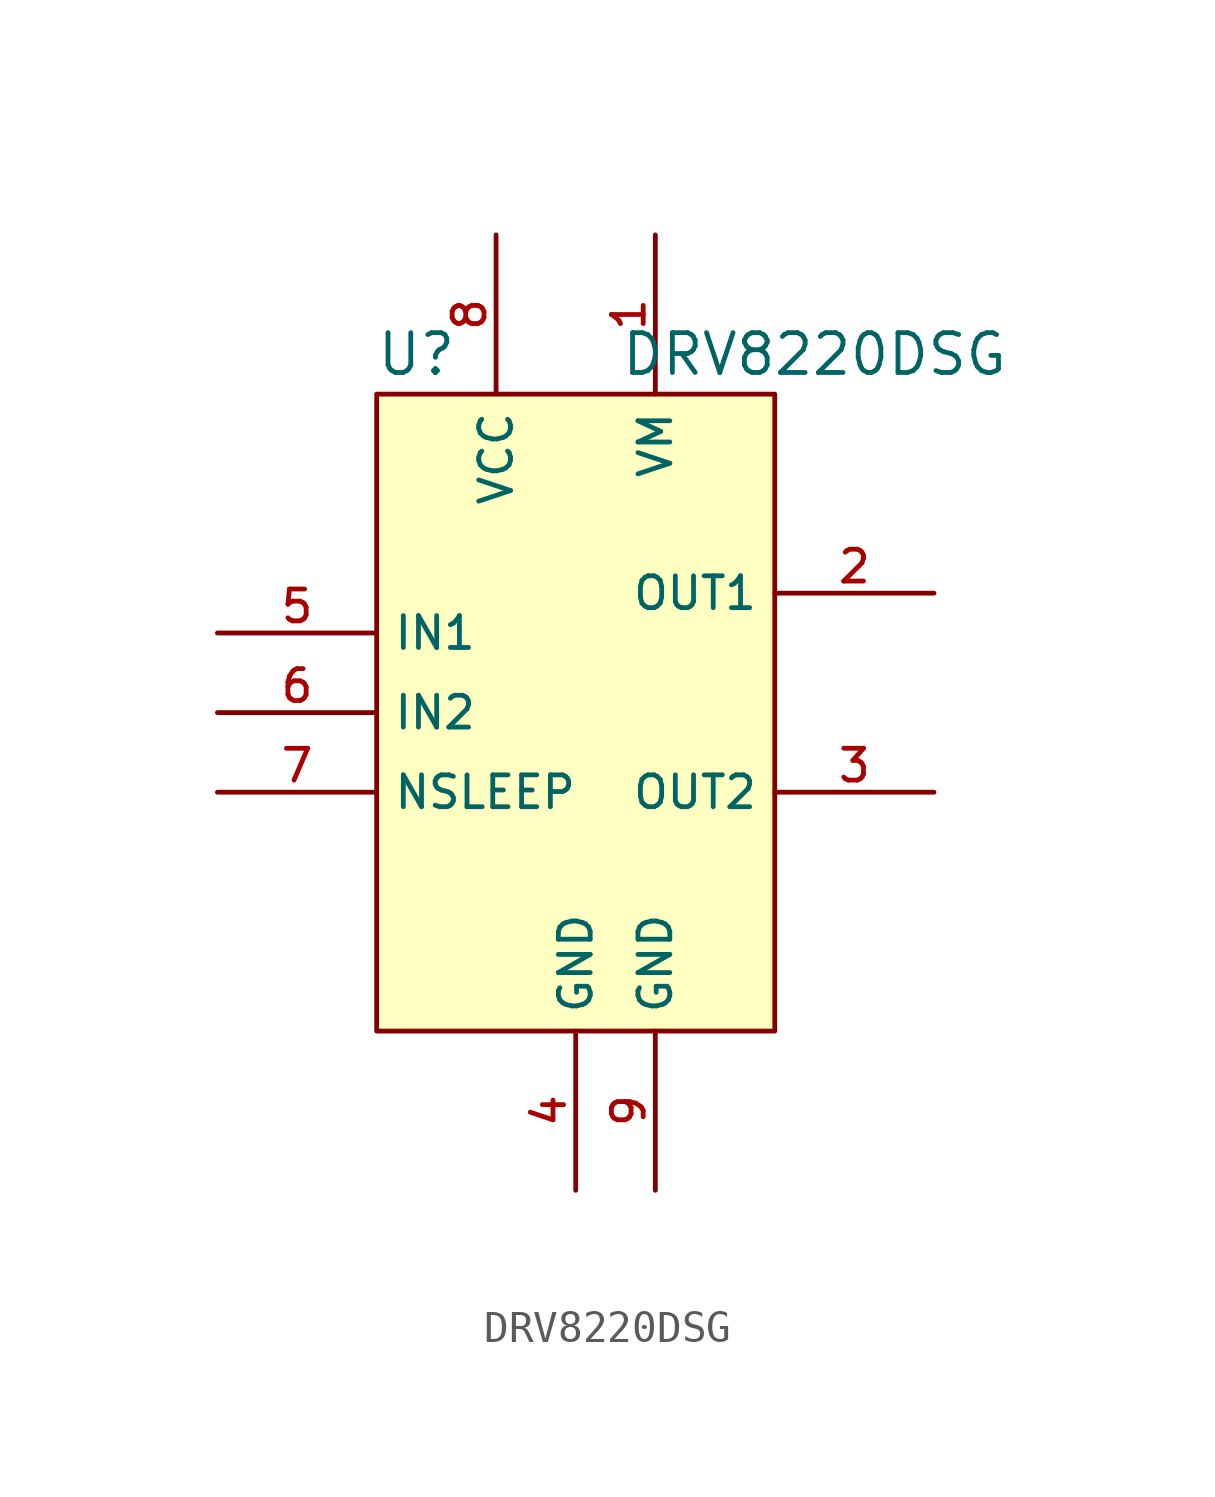
<source format=kicad_sym>
(kicad_symbol_lib
  (version 20220914)
  (generator kicad_symbol_editor)
  (symbol "DRV8220DSG"
    (property "Reference" "U"
      (at -5.08 0 0)
      (effects (font (size 1.27 1.27))))
    (property "Value" "DRV8220DSG"
      (at 7.62 0 0)
      (effects (font (size 1.27 1.27))))
    (symbol "DRV8220DSG_0_0"
      (pin power_in line (at 2.54 3.81 270) (length 5.08) (name "VM" (effects (font (size 1.016 1.016)))) (number "1" (effects (font (size 1.016 1.016)))))
      (pin output line (at 11.43 -7.62 180) (length 5.08) (name "OUT1" (effects (font (size 1.016 1.016)))) (number "2" (effects (font (size 1.016 1.016)))))
      (pin output line (at 11.43 -13.97 180) (length 5.08) (name "OUT2" (effects (font (size 1.016 1.016)))) (number "3" (effects (font (size 1.016 1.016)))))
      (pin power_in line (at 0 -26.67 90) (length 5.08) (name "GND" (effects (font (size 1.016 1.016)))) (number "4" (effects (font (size 1.016 1.016))))))
    (symbol "DRV8220DSG_0_1"
      (rectangle (start -6.35 -1.27) (end 6.35 -21.59) (stroke (width 0) (type default)) (fill (type background))))
    (symbol "DRV8220DSG_1_0"
      (pin input line (at -11.43 -8.89 0) (length 5.08) (name "IN1" (effects (font (size 1.016 1.016)))) (number "5" (effects (font (size 1.016 1.016)))))
      (pin input line (at -11.43 -11.43 0) (length 5.08) (name "IN2" (effects (font (size 1.016 1.016)))) (number "6" (effects (font (size 1.016 1.016)))))
      (pin input line (at -11.43 -13.97 0) (length 5.08) (name "NSLEEP" (effects (font (size 1.016 1.016)))) (number "7" (effects (font (size 1.016 1.016)))))
      (pin input line (at -2.54 3.81 270) (length 5.08) (name "VCC" (effects (font (size 1.016 1.016)))) (number "8" (effects (font (size 1.016 1.016)))))
      (pin power_in line (at 2.54 -26.67 90) (length 5.08) (name "GND" (effects (font (size 1.016 1.016)))) (number "9" (effects (font (size 1.016 1.016))))))))
</source>
